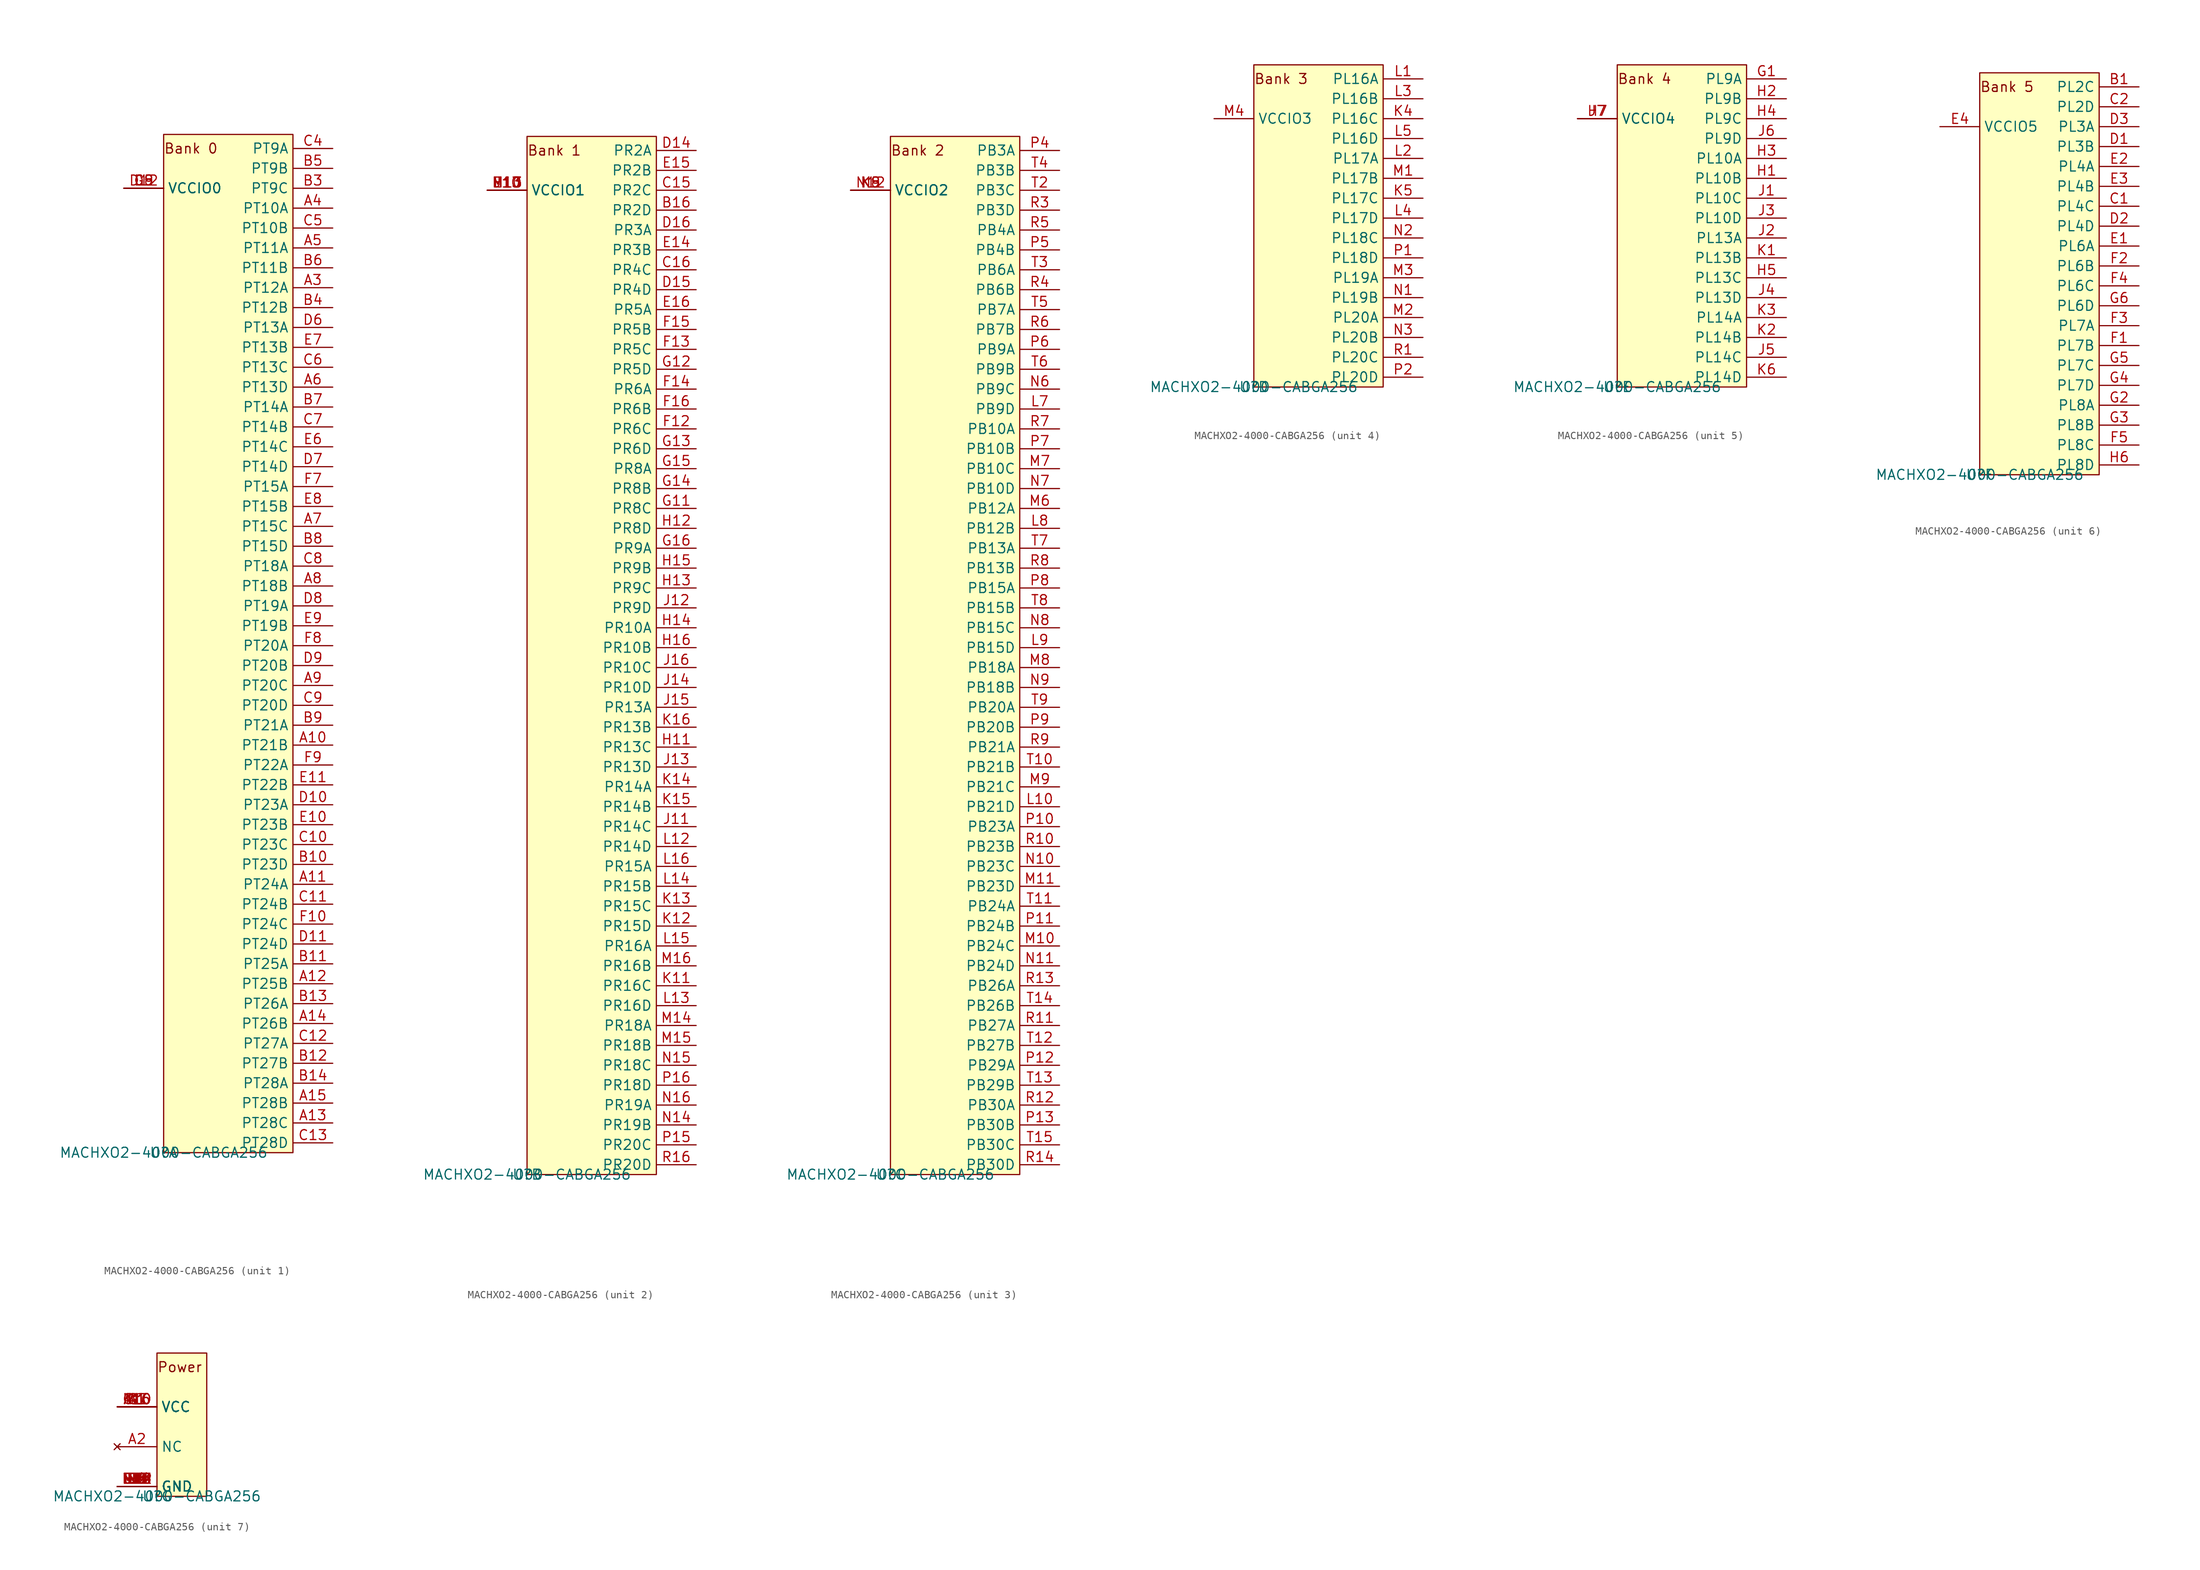
<source format=kicad_sym>
(kicad_symbol_lib
  (version 20211014)
  (generator kicad_symbol_editor)
  (symbol "MACHXO2-4000-CABGA256"
    (property "Reference" "U"
      (at 0 0 0)
      (effects (font (size 1.27 1.27))))
    (property "Value" "MACHXO2-4000-CABGA256"
      (at 0 0 0)
      (effects (font (size 1.27 1.27))))
    (property "ki_locked" ""
      (at 0 0 0)
      (effects (font (size 1.27 1.27))))
    (symbol "MACHXO2-4000-CABGA256_1_0"
      (pin power_in line (at -5.08 123.174 0) (length 5.08) (name "VCCIO0" (effects (font (size 1.27 1.27)))) (number "D12" (effects (font (size 1.27 1.27)))))
      (pin power_in line (at -5.08 123.174 0) (length 5.08) (name "VCCIO0" (effects (font (size 1.27 1.27)))) (number "D5" (effects (font (size 1.27 1.27)))))
      (pin power_in line (at -5.08 123.174 0) (length 5.08) (name "VCCIO0" (effects (font (size 1.27 1.27)))) (number "G9" (effects (font (size 1.27 1.27)))))
      (pin power_in line (at -5.08 123.174 0) (length 5.08) (name "VCCIO0" (effects (font (size 1.27 1.27)))) (number "G8" (effects (font (size 1.27 1.27)))))
      (pin bidirectional line (at 21.59 128.254 180) (length 5.08) (name "PT9A" (effects (font (size 1.27 1.27)))) (number "C4" (effects (font (size 1.27 1.27)))))
      (pin bidirectional line (at 21.59 125.714 180) (length 5.08) (name "PT9B" (effects (font (size 1.27 1.27)))) (number "B5" (effects (font (size 1.27 1.27)))))
      (pin bidirectional line (at 21.59 123.174 180) (length 5.08) (name "PT9C" (effects (font (size 1.27 1.27)))) (number "B3" (effects (font (size 1.27 1.27)))))
      (pin bidirectional line (at 21.59 120.634 180) (length 5.08) (name "PT10A" (effects (font (size 1.27 1.27)))) (number "A4" (effects (font (size 1.27 1.27)))))
      (pin bidirectional line (at 21.59 118.094 180) (length 5.08) (name "PT10B" (effects (font (size 1.27 1.27)))) (number "C5" (effects (font (size 1.27 1.27)))))
      (pin bidirectional line (at 21.59 115.554 180) (length 5.08) (name "PT11A" (effects (font (size 1.27 1.27)))) (number "A5" (effects (font (size 1.27 1.27)))))
      (pin bidirectional line (at 21.59 113.014 180) (length 5.08) (name "PT11B" (effects (font (size 1.27 1.27)))) (number "B6" (effects (font (size 1.27 1.27)))))
      (pin bidirectional line (at 21.59 110.474 180) (length 5.08) (name "PT12A" (effects (font (size 1.27 1.27)))) (number "A3" (effects (font (size 1.27 1.27)))))
      (pin bidirectional line (at 21.59 107.934 180) (length 5.08) (name "PT12B" (effects (font (size 1.27 1.27)))) (number "B4" (effects (font (size 1.27 1.27)))))
      (pin bidirectional line (at 21.59 105.394 180) (length 5.08) (name "PT13A" (effects (font (size 1.27 1.27)))) (number "D6" (effects (font (size 1.27 1.27)))))
      (pin bidirectional line (at 21.59 102.854 180) (length 5.08) (name "PT13B" (effects (font (size 1.27 1.27)))) (number "E7" (effects (font (size 1.27 1.27)))))
      (pin bidirectional line (at 21.59 100.314 180) (length 5.08) (name "PT13C" (effects (font (size 1.27 1.27)))) (number "C6" (effects (font (size 1.27 1.27)))))
      (pin bidirectional line (at 21.59 97.774 180) (length 5.08) (name "PT13D" (effects (font (size 1.27 1.27)))) (number "A6" (effects (font (size 1.27 1.27)))))
      (pin bidirectional line (at 21.59 95.234 180) (length 5.08) (name "PT14A" (effects (font (size 1.27 1.27)))) (number "B7" (effects (font (size 1.27 1.27)))))
      (pin bidirectional line (at 21.59 92.694 180) (length 5.08) (name "PT14B" (effects (font (size 1.27 1.27)))) (number "C7" (effects (font (size 1.27 1.27)))))
      (pin bidirectional line (at 21.59 90.154 180) (length 5.08) (name "PT14C" (effects (font (size 1.27 1.27)))) (number "E6" (effects (font (size 1.27 1.27)))))
      (pin bidirectional line (at 21.59 87.614 180) (length 5.08) (name "PT14D" (effects (font (size 1.27 1.27)))) (number "D7" (effects (font (size 1.27 1.27)))))
      (pin bidirectional line (at 21.59 85.074 180) (length 5.08) (name "PT15A" (effects (font (size 1.27 1.27)))) (number "F7" (effects (font (size 1.27 1.27)))))
      (pin bidirectional line (at 21.59 82.534 180) (length 5.08) (name "PT15B" (effects (font (size 1.27 1.27)))) (number "E8" (effects (font (size 1.27 1.27)))))
      (pin bidirectional line (at 21.59 79.994 180) (length 5.08) (name "PT15C" (effects (font (size 1.27 1.27)))) (number "A7" (effects (font (size 1.27 1.27)))))
      (pin bidirectional line (at 21.59 77.454 180) (length 5.08) (name "PT15D" (effects (font (size 1.27 1.27)))) (number "B8" (effects (font (size 1.27 1.27)))))
      (pin bidirectional line (at 21.59 74.914 180) (length 5.08) (name "PT18A" (effects (font (size 1.27 1.27)))) (number "C8" (effects (font (size 1.27 1.27)))))
      (pin bidirectional line (at 21.59 72.374 180) (length 5.08) (name "PT18B" (effects (font (size 1.27 1.27)))) (number "A8" (effects (font (size 1.27 1.27)))))
      (pin bidirectional line (at 21.59 69.834 180) (length 5.08) (name "PT19A" (effects (font (size 1.27 1.27)))) (number "D8" (effects (font (size 1.27 1.27)))))
      (pin bidirectional line (at 21.59 67.294 180) (length 5.08) (name "PT19B" (effects (font (size 1.27 1.27)))) (number "E9" (effects (font (size 1.27 1.27)))))
      (pin bidirectional line (at 21.59 64.754 180) (length 5.08) (name "PT20A" (effects (font (size 1.27 1.27)))) (number "F8" (effects (font (size 1.27 1.27)))))
      (pin bidirectional line (at 21.59 62.214 180) (length 5.08) (name "PT20B" (effects (font (size 1.27 1.27)))) (number "D9" (effects (font (size 1.27 1.27)))))
      (pin bidirectional line (at 21.59 59.674 180) (length 5.08) (name "PT20C" (effects (font (size 1.27 1.27)))) (number "A9" (effects (font (size 1.27 1.27)))))
      (pin bidirectional line (at 21.59 57.134 180) (length 5.08) (name "PT20D" (effects (font (size 1.27 1.27)))) (number "C9" (effects (font (size 1.27 1.27)))))
      (pin bidirectional line (at 21.59 54.594 180) (length 5.08) (name "PT21A" (effects (font (size 1.27 1.27)))) (number "B9" (effects (font (size 1.27 1.27)))))
      (pin bidirectional line (at 21.59 52.054 180) (length 5.08) (name "PT21B" (effects (font (size 1.27 1.27)))) (number "A10" (effects (font (size 1.27 1.27)))))
      (pin bidirectional line (at 21.59 49.514 180) (length 5.08) (name "PT22A" (effects (font (size 1.27 1.27)))) (number "F9" (effects (font (size 1.27 1.27)))))
      (pin bidirectional line (at 21.59 46.974 180) (length 5.08) (name "PT22B" (effects (font (size 1.27 1.27)))) (number "E11" (effects (font (size 1.27 1.27)))))
      (pin bidirectional line (at 21.59 44.434 180) (length 5.08) (name "PT23A" (effects (font (size 1.27 1.27)))) (number "D10" (effects (font (size 1.27 1.27)))))
      (pin bidirectional line (at 21.59 41.894 180) (length 5.08) (name "PT23B" (effects (font (size 1.27 1.27)))) (number "E10" (effects (font (size 1.27 1.27)))))
      (pin bidirectional line (at 21.59 39.354 180) (length 5.08) (name "PT23C" (effects (font (size 1.27 1.27)))) (number "C10" (effects (font (size 1.27 1.27)))))
      (pin bidirectional line (at 21.59 36.814 180) (length 5.08) (name "PT23D" (effects (font (size 1.27 1.27)))) (number "B10" (effects (font (size 1.27 1.27)))))
      (pin bidirectional line (at 21.59 34.274 180) (length 5.08) (name "PT24A" (effects (font (size 1.27 1.27)))) (number "A11" (effects (font (size 1.27 1.27)))))
      (pin bidirectional line (at 21.59 31.734 180) (length 5.08) (name "PT24B" (effects (font (size 1.27 1.27)))) (number "C11" (effects (font (size 1.27 1.27)))))
      (pin bidirectional line (at 21.59 29.194 180) (length 5.08) (name "PT24C" (effects (font (size 1.27 1.27)))) (number "F10" (effects (font (size 1.27 1.27)))))
      (pin bidirectional line (at 21.59 26.654 180) (length 5.08) (name "PT24D" (effects (font (size 1.27 1.27)))) (number "D11" (effects (font (size 1.27 1.27)))))
      (pin bidirectional line (at 21.59 24.114 180) (length 5.08) (name "PT25A" (effects (font (size 1.27 1.27)))) (number "B11" (effects (font (size 1.27 1.27)))))
      (pin bidirectional line (at 21.59 21.574 180) (length 5.08) (name "PT25B" (effects (font (size 1.27 1.27)))) (number "A12" (effects (font (size 1.27 1.27)))))
      (pin bidirectional line (at 21.59 19.034 180) (length 5.08) (name "PT26A" (effects (font (size 1.27 1.27)))) (number "B13" (effects (font (size 1.27 1.27)))))
      (pin bidirectional line (at 21.59 16.494 180) (length 5.08) (name "PT26B" (effects (font (size 1.27 1.27)))) (number "A14" (effects (font (size 1.27 1.27)))))
      (pin bidirectional line (at 21.59 13.954 180) (length 5.08) (name "PT27A" (effects (font (size 1.27 1.27)))) (number "C12" (effects (font (size 1.27 1.27)))))
      (pin bidirectional line (at 21.59 11.414 180) (length 5.08) (name "PT27B" (effects (font (size 1.27 1.27)))) (number "B12" (effects (font (size 1.27 1.27)))))
      (pin bidirectional line (at 21.59 8.874 180) (length 5.08) (name "PT28A" (effects (font (size 1.27 1.27)))) (number "B14" (effects (font (size 1.27 1.27)))))
      (pin bidirectional line (at 21.59 6.334 180) (length 5.08) (name "PT28B" (effects (font (size 1.27 1.27)))) (number "A15" (effects (font (size 1.27 1.27)))))
      (pin bidirectional line (at 21.59 3.794 180) (length 5.08) (name "PT28C" (effects (font (size 1.27 1.27)))) (number "A13" (effects (font (size 1.27 1.27)))))
      (pin bidirectional line (at 21.59 1.254 180) (length 5.08) (name "PT28D" (effects (font (size 1.27 1.27)))) (number "C13" (effects (font (size 1.27 1.27))))))
    (symbol "MACHXO2-4000-CABGA256_1_1"
      (rectangle (start 0 0) (end 16.51 130.048) (stroke (width 0) (type default) (color 0 0 0 0)) (fill (type background)))
      (text "Bank 0" (at 0 128.254 0) (effects (font (size 1.27 1.27)) (justify left))))
    (symbol "MACHXO2-4000-CABGA256_2_0"
      (pin power_in line (at -5.08 125.714 0) (length 5.08) (name "VCCIO1" (effects (font (size 1.27 1.27)))) (number "M13" (effects (font (size 1.27 1.27)))))
      (pin power_in line (at -5.08 125.714 0) (length 5.08) (name "VCCIO1" (effects (font (size 1.27 1.27)))) (number "J10" (effects (font (size 1.27 1.27)))))
      (pin power_in line (at -5.08 125.714 0) (length 5.08) (name "VCCIO1" (effects (font (size 1.27 1.27)))) (number "E13" (effects (font (size 1.27 1.27)))))
      (pin power_in line (at -5.08 125.714 0) (length 5.08) (name "VCCIO1" (effects (font (size 1.27 1.27)))) (number "H10" (effects (font (size 1.27 1.27)))))
      (pin bidirectional line (at 21.59 130.794 180) (length 5.08) (name "PR2A" (effects (font (size 1.27 1.27)))) (number "D14" (effects (font (size 1.27 1.27)))))
      (pin bidirectional line (at 21.59 128.254 180) (length 5.08) (name "PR2B" (effects (font (size 1.27 1.27)))) (number "E15" (effects (font (size 1.27 1.27)))))
      (pin bidirectional line (at 21.59 125.714 180) (length 5.08) (name "PR2C" (effects (font (size 1.27 1.27)))) (number "C15" (effects (font (size 1.27 1.27)))))
      (pin bidirectional line (at 21.59 123.174 180) (length 5.08) (name "PR2D" (effects (font (size 1.27 1.27)))) (number "B16" (effects (font (size 1.27 1.27)))))
      (pin bidirectional line (at 21.59 120.634 180) (length 5.08) (name "PR3A" (effects (font (size 1.27 1.27)))) (number "D16" (effects (font (size 1.27 1.27)))))
      (pin bidirectional line (at 21.59 118.094 180) (length 5.08) (name "PR3B" (effects (font (size 1.27 1.27)))) (number "E14" (effects (font (size 1.27 1.27)))))
      (pin bidirectional line (at 21.59 115.554 180) (length 5.08) (name "PR4C" (effects (font (size 1.27 1.27)))) (number "C16" (effects (font (size 1.27 1.27)))))
      (pin bidirectional line (at 21.59 113.014 180) (length 5.08) (name "PR4D" (effects (font (size 1.27 1.27)))) (number "D15" (effects (font (size 1.27 1.27)))))
      (pin bidirectional line (at 21.59 110.474 180) (length 5.08) (name "PR5A" (effects (font (size 1.27 1.27)))) (number "E16" (effects (font (size 1.27 1.27)))))
      (pin bidirectional line (at 21.59 107.934 180) (length 5.08) (name "PR5B" (effects (font (size 1.27 1.27)))) (number "F15" (effects (font (size 1.27 1.27)))))
      (pin bidirectional line (at 21.59 105.394 180) (length 5.08) (name "PR5C" (effects (font (size 1.27 1.27)))) (number "F13" (effects (font (size 1.27 1.27)))))
      (pin bidirectional line (at 21.59 102.854 180) (length 5.08) (name "PR5D" (effects (font (size 1.27 1.27)))) (number "G12" (effects (font (size 1.27 1.27)))))
      (pin bidirectional line (at 21.59 100.314 180) (length 5.08) (name "PR6A" (effects (font (size 1.27 1.27)))) (number "F14" (effects (font (size 1.27 1.27)))))
      (pin bidirectional line (at 21.59 97.774 180) (length 5.08) (name "PR6B" (effects (font (size 1.27 1.27)))) (number "F16" (effects (font (size 1.27 1.27)))))
      (pin bidirectional line (at 21.59 95.234 180) (length 5.08) (name "PR6C" (effects (font (size 1.27 1.27)))) (number "F12" (effects (font (size 1.27 1.27)))))
      (pin bidirectional line (at 21.59 92.694 180) (length 5.08) (name "PR6D" (effects (font (size 1.27 1.27)))) (number "G13" (effects (font (size 1.27 1.27)))))
      (pin bidirectional line (at 21.59 90.154 180) (length 5.08) (name "PR8A" (effects (font (size 1.27 1.27)))) (number "G15" (effects (font (size 1.27 1.27)))))
      (pin bidirectional line (at 21.59 87.614 180) (length 5.08) (name "PR8B" (effects (font (size 1.27 1.27)))) (number "G14" (effects (font (size 1.27 1.27)))))
      (pin bidirectional line (at 21.59 85.074 180) (length 5.08) (name "PR8C" (effects (font (size 1.27 1.27)))) (number "G11" (effects (font (size 1.27 1.27)))))
      (pin bidirectional line (at 21.59 82.534 180) (length 5.08) (name "PR8D" (effects (font (size 1.27 1.27)))) (number "H12" (effects (font (size 1.27 1.27)))))
      (pin bidirectional line (at 21.59 79.994 180) (length 5.08) (name "PR9A" (effects (font (size 1.27 1.27)))) (number "G16" (effects (font (size 1.27 1.27)))))
      (pin bidirectional line (at 21.59 77.454 180) (length 5.08) (name "PR9B" (effects (font (size 1.27 1.27)))) (number "H15" (effects (font (size 1.27 1.27)))))
      (pin bidirectional line (at 21.59 74.914 180) (length 5.08) (name "PR9C" (effects (font (size 1.27 1.27)))) (number "H13" (effects (font (size 1.27 1.27)))))
      (pin bidirectional line (at 21.59 72.374 180) (length 5.08) (name "PR9D" (effects (font (size 1.27 1.27)))) (number "J12" (effects (font (size 1.27 1.27)))))
      (pin bidirectional line (at 21.59 69.834 180) (length 5.08) (name "PR10A" (effects (font (size 1.27 1.27)))) (number "H14" (effects (font (size 1.27 1.27)))))
      (pin bidirectional line (at 21.59 67.294 180) (length 5.08) (name "PR10B" (effects (font (size 1.27 1.27)))) (number "H16" (effects (font (size 1.27 1.27)))))
      (pin bidirectional line (at 21.59 64.754 180) (length 5.08) (name "PR10C" (effects (font (size 1.27 1.27)))) (number "J16" (effects (font (size 1.27 1.27)))))
      (pin bidirectional line (at 21.59 62.214 180) (length 5.08) (name "PR10D" (effects (font (size 1.27 1.27)))) (number "J14" (effects (font (size 1.27 1.27)))))
      (pin bidirectional line (at 21.59 59.674 180) (length 5.08) (name "PR13A" (effects (font (size 1.27 1.27)))) (number "J15" (effects (font (size 1.27 1.27)))))
      (pin bidirectional line (at 21.59 57.134 180) (length 5.08) (name "PR13B" (effects (font (size 1.27 1.27)))) (number "K16" (effects (font (size 1.27 1.27)))))
      (pin bidirectional line (at 21.59 54.594 180) (length 5.08) (name "PR13C" (effects (font (size 1.27 1.27)))) (number "H11" (effects (font (size 1.27 1.27)))))
      (pin bidirectional line (at 21.59 52.054 180) (length 5.08) (name "PR13D" (effects (font (size 1.27 1.27)))) (number "J13" (effects (font (size 1.27 1.27)))))
      (pin bidirectional line (at 21.59 49.514 180) (length 5.08) (name "PR14A" (effects (font (size 1.27 1.27)))) (number "K14" (effects (font (size 1.27 1.27)))))
      (pin bidirectional line (at 21.59 46.974 180) (length 5.08) (name "PR14B" (effects (font (size 1.27 1.27)))) (number "K15" (effects (font (size 1.27 1.27)))))
      (pin bidirectional line (at 21.59 44.434 180) (length 5.08) (name "PR14C" (effects (font (size 1.27 1.27)))) (number "J11" (effects (font (size 1.27 1.27)))))
      (pin bidirectional line (at 21.59 41.894 180) (length 5.08) (name "PR14D" (effects (font (size 1.27 1.27)))) (number "L12" (effects (font (size 1.27 1.27)))))
      (pin bidirectional line (at 21.59 39.354 180) (length 5.08) (name "PR15A" (effects (font (size 1.27 1.27)))) (number "L16" (effects (font (size 1.27 1.27)))))
      (pin bidirectional line (at 21.59 36.814 180) (length 5.08) (name "PR15B" (effects (font (size 1.27 1.27)))) (number "L14" (effects (font (size 1.27 1.27)))))
      (pin bidirectional line (at 21.59 34.274 180) (length 5.08) (name "PR15C" (effects (font (size 1.27 1.27)))) (number "K13" (effects (font (size 1.27 1.27)))))
      (pin bidirectional line (at 21.59 31.734 180) (length 5.08) (name "PR15D" (effects (font (size 1.27 1.27)))) (number "K12" (effects (font (size 1.27 1.27)))))
      (pin bidirectional line (at 21.59 29.194 180) (length 5.08) (name "PR16A" (effects (font (size 1.27 1.27)))) (number "L15" (effects (font (size 1.27 1.27)))))
      (pin bidirectional line (at 21.59 26.654 180) (length 5.08) (name "PR16B" (effects (font (size 1.27 1.27)))) (number "M16" (effects (font (size 1.27 1.27)))))
      (pin bidirectional line (at 21.59 24.114 180) (length 5.08) (name "PR16C" (effects (font (size 1.27 1.27)))) (number "K11" (effects (font (size 1.27 1.27)))))
      (pin bidirectional line (at 21.59 21.574 180) (length 5.08) (name "PR16D" (effects (font (size 1.27 1.27)))) (number "L13" (effects (font (size 1.27 1.27)))))
      (pin bidirectional line (at 21.59 19.034 180) (length 5.08) (name "PR18A" (effects (font (size 1.27 1.27)))) (number "M14" (effects (font (size 1.27 1.27)))))
      (pin bidirectional line (at 21.59 16.494 180) (length 5.08) (name "PR18B" (effects (font (size 1.27 1.27)))) (number "M15" (effects (font (size 1.27 1.27)))))
      (pin bidirectional line (at 21.59 13.954 180) (length 5.08) (name "PR18C" (effects (font (size 1.27 1.27)))) (number "N15" (effects (font (size 1.27 1.27)))))
      (pin bidirectional line (at 21.59 11.414 180) (length 5.08) (name "PR18D" (effects (font (size 1.27 1.27)))) (number "P16" (effects (font (size 1.27 1.27)))))
      (pin bidirectional line (at 21.59 8.874 180) (length 5.08) (name "PR19A" (effects (font (size 1.27 1.27)))) (number "N16" (effects (font (size 1.27 1.27)))))
      (pin bidirectional line (at 21.59 6.334 180) (length 5.08) (name "PR19B" (effects (font (size 1.27 1.27)))) (number "N14" (effects (font (size 1.27 1.27)))))
      (pin bidirectional line (at 21.59 3.794 180) (length 5.08) (name "PR20C" (effects (font (size 1.27 1.27)))) (number "P15" (effects (font (size 1.27 1.27)))))
      (pin bidirectional line (at 21.59 1.254 180) (length 5.08) (name "PR20D" (effects (font (size 1.27 1.27)))) (number "R16" (effects (font (size 1.27 1.27))))))
    (symbol "MACHXO2-4000-CABGA256_2_1"
      (rectangle (start 0 0) (end 16.51 132.588) (stroke (width 0) (type default) (color 0 0 0 0)) (fill (type background)))
      (text "Bank 1" (at 0 130.794 0) (effects (font (size 1.27 1.27)) (justify left))))
    (symbol "MACHXO2-4000-CABGA256_3_0"
      (pin power_in line (at -5.08 125.714 0) (length 5.08) (name "VCCIO2" (effects (font (size 1.27 1.27)))) (number "N5" (effects (font (size 1.27 1.27)))))
      (pin power_in line (at -5.08 125.714 0) (length 5.08) (name "VCCIO2" (effects (font (size 1.27 1.27)))) (number "K9" (effects (font (size 1.27 1.27)))))
      (pin power_in line (at -5.08 125.714 0) (length 5.08) (name "VCCIO2" (effects (font (size 1.27 1.27)))) (number "N12" (effects (font (size 1.27 1.27)))))
      (pin power_in line (at -5.08 125.714 0) (length 5.08) (name "VCCIO2" (effects (font (size 1.27 1.27)))) (number "K8" (effects (font (size 1.27 1.27)))))
      (pin bidirectional line (at 21.59 130.794 180) (length 5.08) (name "PB3A" (effects (font (size 1.27 1.27)))) (number "P4" (effects (font (size 1.27 1.27)))))
      (pin bidirectional line (at 21.59 128.254 180) (length 5.08) (name "PB3B" (effects (font (size 1.27 1.27)))) (number "T4" (effects (font (size 1.27 1.27)))))
      (pin bidirectional line (at 21.59 125.714 180) (length 5.08) (name "PB3C" (effects (font (size 1.27 1.27)))) (number "T2" (effects (font (size 1.27 1.27)))))
      (pin bidirectional line (at 21.59 123.174 180) (length 5.08) (name "PB3D" (effects (font (size 1.27 1.27)))) (number "R3" (effects (font (size 1.27 1.27)))))
      (pin bidirectional line (at 21.59 120.634 180) (length 5.08) (name "PB4A" (effects (font (size 1.27 1.27)))) (number "R5" (effects (font (size 1.27 1.27)))))
      (pin bidirectional line (at 21.59 118.094 180) (length 5.08) (name "PB4B" (effects (font (size 1.27 1.27)))) (number "P5" (effects (font (size 1.27 1.27)))))
      (pin bidirectional line (at 21.59 115.554 180) (length 5.08) (name "PB6A" (effects (font (size 1.27 1.27)))) (number "T3" (effects (font (size 1.27 1.27)))))
      (pin bidirectional line (at 21.59 113.014 180) (length 5.08) (name "PB6B" (effects (font (size 1.27 1.27)))) (number "R4" (effects (font (size 1.27 1.27)))))
      (pin bidirectional line (at 21.59 110.474 180) (length 5.08) (name "PB7A" (effects (font (size 1.27 1.27)))) (number "T5" (effects (font (size 1.27 1.27)))))
      (pin bidirectional line (at 21.59 107.934 180) (length 5.08) (name "PB7B" (effects (font (size 1.27 1.27)))) (number "R6" (effects (font (size 1.27 1.27)))))
      (pin bidirectional line (at 21.59 105.394 180) (length 5.08) (name "PB9A" (effects (font (size 1.27 1.27)))) (number "P6" (effects (font (size 1.27 1.27)))))
      (pin bidirectional line (at 21.59 102.854 180) (length 5.08) (name "PB9B" (effects (font (size 1.27 1.27)))) (number "T6" (effects (font (size 1.27 1.27)))))
      (pin bidirectional line (at 21.59 100.314 180) (length 5.08) (name "PB9C" (effects (font (size 1.27 1.27)))) (number "N6" (effects (font (size 1.27 1.27)))))
      (pin bidirectional line (at 21.59 97.774 180) (length 5.08) (name "PB9D" (effects (font (size 1.27 1.27)))) (number "L7" (effects (font (size 1.27 1.27)))))
      (pin bidirectional line (at 21.59 95.234 180) (length 5.08) (name "PB10A" (effects (font (size 1.27 1.27)))) (number "R7" (effects (font (size 1.27 1.27)))))
      (pin bidirectional line (at 21.59 92.694 180) (length 5.08) (name "PB10B" (effects (font (size 1.27 1.27)))) (number "P7" (effects (font (size 1.27 1.27)))))
      (pin bidirectional line (at 21.59 90.154 180) (length 5.08) (name "PB10C" (effects (font (size 1.27 1.27)))) (number "M7" (effects (font (size 1.27 1.27)))))
      (pin bidirectional line (at 21.59 87.614 180) (length 5.08) (name "PB10D" (effects (font (size 1.27 1.27)))) (number "N7" (effects (font (size 1.27 1.27)))))
      (pin bidirectional line (at 21.59 85.074 180) (length 5.08) (name "PB12A" (effects (font (size 1.27 1.27)))) (number "M6" (effects (font (size 1.27 1.27)))))
      (pin bidirectional line (at 21.59 82.534 180) (length 5.08) (name "PB12B" (effects (font (size 1.27 1.27)))) (number "L8" (effects (font (size 1.27 1.27)))))
      (pin bidirectional line (at 21.59 79.994 180) (length 5.08) (name "PB13A" (effects (font (size 1.27 1.27)))) (number "T7" (effects (font (size 1.27 1.27)))))
      (pin bidirectional line (at 21.59 77.454 180) (length 5.08) (name "PB13B" (effects (font (size 1.27 1.27)))) (number "R8" (effects (font (size 1.27 1.27)))))
      (pin bidirectional line (at 21.59 74.914 180) (length 5.08) (name "PB15A" (effects (font (size 1.27 1.27)))) (number "P8" (effects (font (size 1.27 1.27)))))
      (pin bidirectional line (at 21.59 72.374 180) (length 5.08) (name "PB15B" (effects (font (size 1.27 1.27)))) (number "T8" (effects (font (size 1.27 1.27)))))
      (pin bidirectional line (at 21.59 69.834 180) (length 5.08) (name "PB15C" (effects (font (size 1.27 1.27)))) (number "N8" (effects (font (size 1.27 1.27)))))
      (pin bidirectional line (at 21.59 67.294 180) (length 5.08) (name "PB15D" (effects (font (size 1.27 1.27)))) (number "L9" (effects (font (size 1.27 1.27)))))
      (pin bidirectional line (at 21.59 64.754 180) (length 5.08) (name "PB18A" (effects (font (size 1.27 1.27)))) (number "M8" (effects (font (size 1.27 1.27)))))
      (pin bidirectional line (at 21.59 62.214 180) (length 5.08) (name "PB18B" (effects (font (size 1.27 1.27)))) (number "N9" (effects (font (size 1.27 1.27)))))
      (pin bidirectional line (at 21.59 59.674 180) (length 5.08) (name "PB20A" (effects (font (size 1.27 1.27)))) (number "T9" (effects (font (size 1.27 1.27)))))
      (pin bidirectional line (at 21.59 57.134 180) (length 5.08) (name "PB20B" (effects (font (size 1.27 1.27)))) (number "P9" (effects (font (size 1.27 1.27)))))
      (pin bidirectional line (at 21.59 54.594 180) (length 5.08) (name "PB21A" (effects (font (size 1.27 1.27)))) (number "R9" (effects (font (size 1.27 1.27)))))
      (pin bidirectional line (at 21.59 52.054 180) (length 5.08) (name "PB21B" (effects (font (size 1.27 1.27)))) (number "T10" (effects (font (size 1.27 1.27)))))
      (pin bidirectional line (at 21.59 49.514 180) (length 5.08) (name "PB21C" (effects (font (size 1.27 1.27)))) (number "M9" (effects (font (size 1.27 1.27)))))
      (pin bidirectional line (at 21.59 46.974 180) (length 5.08) (name "PB21D" (effects (font (size 1.27 1.27)))) (number "L10" (effects (font (size 1.27 1.27)))))
      (pin bidirectional line (at 21.59 44.434 180) (length 5.08) (name "PB23A" (effects (font (size 1.27 1.27)))) (number "P10" (effects (font (size 1.27 1.27)))))
      (pin bidirectional line (at 21.59 41.894 180) (length 5.08) (name "PB23B" (effects (font (size 1.27 1.27)))) (number "R10" (effects (font (size 1.27 1.27)))))
      (pin bidirectional line (at 21.59 39.354 180) (length 5.08) (name "PB23C" (effects (font (size 1.27 1.27)))) (number "N10" (effects (font (size 1.27 1.27)))))
      (pin bidirectional line (at 21.59 36.814 180) (length 5.08) (name "PB23D" (effects (font (size 1.27 1.27)))) (number "M11" (effects (font (size 1.27 1.27)))))
      (pin bidirectional line (at 21.59 34.274 180) (length 5.08) (name "PB24A" (effects (font (size 1.27 1.27)))) (number "T11" (effects (font (size 1.27 1.27)))))
      (pin bidirectional line (at 21.59 31.734 180) (length 5.08) (name "PB24B" (effects (font (size 1.27 1.27)))) (number "P11" (effects (font (size 1.27 1.27)))))
      (pin bidirectional line (at 21.59 29.194 180) (length 5.08) (name "PB24C" (effects (font (size 1.27 1.27)))) (number "M10" (effects (font (size 1.27 1.27)))))
      (pin bidirectional line (at 21.59 26.654 180) (length 5.08) (name "PB24D" (effects (font (size 1.27 1.27)))) (number "N11" (effects (font (size 1.27 1.27)))))
      (pin bidirectional line (at 21.59 24.114 180) (length 5.08) (name "PB26A" (effects (font (size 1.27 1.27)))) (number "R13" (effects (font (size 1.27 1.27)))))
      (pin bidirectional line (at 21.59 21.574 180) (length 5.08) (name "PB26B" (effects (font (size 1.27 1.27)))) (number "T14" (effects (font (size 1.27 1.27)))))
      (pin bidirectional line (at 21.59 19.034 180) (length 5.08) (name "PB27A" (effects (font (size 1.27 1.27)))) (number "R11" (effects (font (size 1.27 1.27)))))
      (pin bidirectional line (at 21.59 16.494 180) (length 5.08) (name "PB27B" (effects (font (size 1.27 1.27)))) (number "T12" (effects (font (size 1.27 1.27)))))
      (pin bidirectional line (at 21.59 13.954 180) (length 5.08) (name "PB29A" (effects (font (size 1.27 1.27)))) (number "P12" (effects (font (size 1.27 1.27)))))
      (pin bidirectional line (at 21.59 11.414 180) (length 5.08) (name "PB29B" (effects (font (size 1.27 1.27)))) (number "T13" (effects (font (size 1.27 1.27)))))
      (pin bidirectional line (at 21.59 8.874 180) (length 5.08) (name "PB30A" (effects (font (size 1.27 1.27)))) (number "R12" (effects (font (size 1.27 1.27)))))
      (pin bidirectional line (at 21.59 6.334 180) (length 5.08) (name "PB30B" (effects (font (size 1.27 1.27)))) (number "P13" (effects (font (size 1.27 1.27)))))
      (pin bidirectional line (at 21.59 3.794 180) (length 5.08) (name "PB30C" (effects (font (size 1.27 1.27)))) (number "T15" (effects (font (size 1.27 1.27)))))
      (pin bidirectional line (at 21.59 1.254 180) (length 5.08) (name "PB30D" (effects (font (size 1.27 1.27)))) (number "R14" (effects (font (size 1.27 1.27))))))
    (symbol "MACHXO2-4000-CABGA256_3_1"
      (rectangle (start 0 0) (end 16.51 132.588) (stroke (width 0) (type default) (color 0 0 0 0)) (fill (type background)))
      (text "Bank 2" (at 0 130.794 0) (effects (font (size 1.27 1.27)) (justify left))))
    (symbol "MACHXO2-4000-CABGA256_4_0"
      (pin power_in line (at -5.08 34.274 0) (length 5.08) (name "VCCIO3" (effects (font (size 1.27 1.27)))) (number "M4" (effects (font (size 1.27 1.27)))))
      (pin bidirectional line (at 21.59 39.354 180) (length 5.08) (name "PL16A" (effects (font (size 1.27 1.27)))) (number "L1" (effects (font (size 1.27 1.27)))))
      (pin bidirectional line (at 21.59 36.814 180) (length 5.08) (name "PL16B" (effects (font (size 1.27 1.27)))) (number "L3" (effects (font (size 1.27 1.27)))))
      (pin bidirectional line (at 21.59 34.274 180) (length 5.08) (name "PL16C" (effects (font (size 1.27 1.27)))) (number "K4" (effects (font (size 1.27 1.27)))))
      (pin bidirectional line (at 21.59 31.734 180) (length 5.08) (name "PL16D" (effects (font (size 1.27 1.27)))) (number "L5" (effects (font (size 1.27 1.27)))))
      (pin bidirectional line (at 21.59 29.194 180) (length 5.08) (name "PL17A" (effects (font (size 1.27 1.27)))) (number "L2" (effects (font (size 1.27 1.27)))))
      (pin bidirectional line (at 21.59 26.654 180) (length 5.08) (name "PL17B" (effects (font (size 1.27 1.27)))) (number "M1" (effects (font (size 1.27 1.27)))))
      (pin bidirectional line (at 21.59 24.114 180) (length 5.08) (name "PL17C" (effects (font (size 1.27 1.27)))) (number "K5" (effects (font (size 1.27 1.27)))))
      (pin bidirectional line (at 21.59 21.574 180) (length 5.08) (name "PL17D" (effects (font (size 1.27 1.27)))) (number "L4" (effects (font (size 1.27 1.27)))))
      (pin bidirectional line (at 21.59 19.034 180) (length 5.08) (name "PL18C" (effects (font (size 1.27 1.27)))) (number "N2" (effects (font (size 1.27 1.27)))))
      (pin bidirectional line (at 21.59 16.494 180) (length 5.08) (name "PL18D" (effects (font (size 1.27 1.27)))) (number "P1" (effects (font (size 1.27 1.27)))))
      (pin bidirectional line (at 21.59 13.954 180) (length 5.08) (name "PL19A" (effects (font (size 1.27 1.27)))) (number "M3" (effects (font (size 1.27 1.27)))))
      (pin bidirectional line (at 21.59 11.414 180) (length 5.08) (name "PL19B" (effects (font (size 1.27 1.27)))) (number "N1" (effects (font (size 1.27 1.27)))))
      (pin bidirectional line (at 21.59 8.874 180) (length 5.08) (name "PL20A" (effects (font (size 1.27 1.27)))) (number "M2" (effects (font (size 1.27 1.27)))))
      (pin bidirectional line (at 21.59 6.334 180) (length 5.08) (name "PL20B" (effects (font (size 1.27 1.27)))) (number "N3" (effects (font (size 1.27 1.27)))))
      (pin bidirectional line (at 21.59 3.794 180) (length 5.08) (name "PL20C" (effects (font (size 1.27 1.27)))) (number "R1" (effects (font (size 1.27 1.27)))))
      (pin bidirectional line (at 21.59 1.254 180) (length 5.08) (name "PL20D" (effects (font (size 1.27 1.27)))) (number "P2" (effects (font (size 1.27 1.27))))))
    (symbol "MACHXO2-4000-CABGA256_4_1"
      (rectangle (start 0 0) (end 16.51 41.148) (stroke (width 0) (type default) (color 0 0 0 0)) (fill (type background)))
      (text "Bank 3" (at 0 39.354 0) (effects (font (size 1.27 1.27)) (justify left))))
    (symbol "MACHXO2-4000-CABGA256_5_0"
      (pin power_in line (at -5.08 34.274 0) (length 5.08) (name "VCCIO4" (effects (font (size 1.27 1.27)))) (number "H7" (effects (font (size 1.27 1.27)))))
      (pin power_in line (at -5.08 34.274 0) (length 5.08) (name "VCCIO4" (effects (font (size 1.27 1.27)))) (number "J7" (effects (font (size 1.27 1.27)))))
      (pin bidirectional line (at 21.59 39.354 180) (length 5.08) (name "PL9A" (effects (font (size 1.27 1.27)))) (number "G1" (effects (font (size 1.27 1.27)))))
      (pin bidirectional line (at 21.59 36.814 180) (length 5.08) (name "PL9B" (effects (font (size 1.27 1.27)))) (number "H2" (effects (font (size 1.27 1.27)))))
      (pin bidirectional line (at 21.59 34.274 180) (length 5.08) (name "PL9C" (effects (font (size 1.27 1.27)))) (number "H4" (effects (font (size 1.27 1.27)))))
      (pin bidirectional line (at 21.59 31.734 180) (length 5.08) (name "PL9D" (effects (font (size 1.27 1.27)))) (number "J6" (effects (font (size 1.27 1.27)))))
      (pin bidirectional line (at 21.59 29.194 180) (length 5.08) (name "PL10A" (effects (font (size 1.27 1.27)))) (number "H3" (effects (font (size 1.27 1.27)))))
      (pin bidirectional line (at 21.59 26.654 180) (length 5.08) (name "PL10B" (effects (font (size 1.27 1.27)))) (number "H1" (effects (font (size 1.27 1.27)))))
      (pin bidirectional line (at 21.59 24.114 180) (length 5.08) (name "PL10C" (effects (font (size 1.27 1.27)))) (number "J1" (effects (font (size 1.27 1.27)))))
      (pin bidirectional line (at 21.59 21.574 180) (length 5.08) (name "PL10D" (effects (font (size 1.27 1.27)))) (number "J3" (effects (font (size 1.27 1.27)))))
      (pin bidirectional line (at 21.59 19.034 180) (length 5.08) (name "PL13A" (effects (font (size 1.27 1.27)))) (number "J2" (effects (font (size 1.27 1.27)))))
      (pin bidirectional line (at 21.59 16.494 180) (length 5.08) (name "PL13B" (effects (font (size 1.27 1.27)))) (number "K1" (effects (font (size 1.27 1.27)))))
      (pin bidirectional line (at 21.59 13.954 180) (length 5.08) (name "PL13C" (effects (font (size 1.27 1.27)))) (number "H5" (effects (font (size 1.27 1.27)))))
      (pin bidirectional line (at 21.59 11.414 180) (length 5.08) (name "PL13D" (effects (font (size 1.27 1.27)))) (number "J4" (effects (font (size 1.27 1.27)))))
      (pin bidirectional line (at 21.59 8.874 180) (length 5.08) (name "PL14A" (effects (font (size 1.27 1.27)))) (number "K3" (effects (font (size 1.27 1.27)))))
      (pin bidirectional line (at 21.59 6.334 180) (length 5.08) (name "PL14B" (effects (font (size 1.27 1.27)))) (number "K2" (effects (font (size 1.27 1.27)))))
      (pin bidirectional line (at 21.59 3.794 180) (length 5.08) (name "PL14C" (effects (font (size 1.27 1.27)))) (number "J5" (effects (font (size 1.27 1.27)))))
      (pin bidirectional line (at 21.59 1.254 180) (length 5.08) (name "PL14D" (effects (font (size 1.27 1.27)))) (number "K6" (effects (font (size 1.27 1.27))))))
    (symbol "MACHXO2-4000-CABGA256_5_1"
      (rectangle (start 0 0) (end 16.51 41.148) (stroke (width 0) (type default) (color 0 0 0 0)) (fill (type background)))
      (text "Bank 4" (at 0 39.354 0) (effects (font (size 1.27 1.27)) (justify left))))
    (symbol "MACHXO2-4000-CABGA256_6_0"
      (pin power_in line (at -5.08 44.434 0) (length 5.08) (name "VCCIO5" (effects (font (size 1.27 1.27)))) (number "E4" (effects (font (size 1.27 1.27)))))
      (pin bidirectional line (at 20.32 49.514 180) (length 5.08) (name "PL2C" (effects (font (size 1.27 1.27)))) (number "B1" (effects (font (size 1.27 1.27)))))
      (pin bidirectional line (at 20.32 46.974 180) (length 5.08) (name "PL2D" (effects (font (size 1.27 1.27)))) (number "C2" (effects (font (size 1.27 1.27)))))
      (pin bidirectional line (at 20.32 44.434 180) (length 5.08) (name "PL3A" (effects (font (size 1.27 1.27)))) (number "D3" (effects (font (size 1.27 1.27)))))
      (pin bidirectional line (at 20.32 41.894 180) (length 5.08) (name "PL3B" (effects (font (size 1.27 1.27)))) (number "D1" (effects (font (size 1.27 1.27)))))
      (pin bidirectional line (at 20.32 39.354 180) (length 5.08) (name "PL4A" (effects (font (size 1.27 1.27)))) (number "E2" (effects (font (size 1.27 1.27)))))
      (pin bidirectional line (at 20.32 36.814 180) (length 5.08) (name "PL4B" (effects (font (size 1.27 1.27)))) (number "E3" (effects (font (size 1.27 1.27)))))
      (pin bidirectional line (at 20.32 34.274 180) (length 5.08) (name "PL4C" (effects (font (size 1.27 1.27)))) (number "C1" (effects (font (size 1.27 1.27)))))
      (pin bidirectional line (at 20.32 31.734 180) (length 5.08) (name "PL4D" (effects (font (size 1.27 1.27)))) (number "D2" (effects (font (size 1.27 1.27)))))
      (pin bidirectional line (at 20.32 29.194 180) (length 5.08) (name "PL6A" (effects (font (size 1.27 1.27)))) (number "E1" (effects (font (size 1.27 1.27)))))
      (pin bidirectional line (at 20.32 26.654 180) (length 5.08) (name "PL6B" (effects (font (size 1.27 1.27)))) (number "F2" (effects (font (size 1.27 1.27)))))
      (pin bidirectional line (at 20.32 24.114 180) (length 5.08) (name "PL6C" (effects (font (size 1.27 1.27)))) (number "F4" (effects (font (size 1.27 1.27)))))
      (pin bidirectional line (at 20.32 21.574 180) (length 5.08) (name "PL6D" (effects (font (size 1.27 1.27)))) (number "G6" (effects (font (size 1.27 1.27)))))
      (pin bidirectional line (at 20.32 19.034 180) (length 5.08) (name "PL7A" (effects (font (size 1.27 1.27)))) (number "F3" (effects (font (size 1.27 1.27)))))
      (pin bidirectional line (at 20.32 16.494 180) (length 5.08) (name "PL7B" (effects (font (size 1.27 1.27)))) (number "F1" (effects (font (size 1.27 1.27)))))
      (pin bidirectional line (at 20.32 13.954 180) (length 5.08) (name "PL7C" (effects (font (size 1.27 1.27)))) (number "G5" (effects (font (size 1.27 1.27)))))
      (pin bidirectional line (at 20.32 11.414 180) (length 5.08) (name "PL7D" (effects (font (size 1.27 1.27)))) (number "G4" (effects (font (size 1.27 1.27)))))
      (pin bidirectional line (at 20.32 8.874 180) (length 5.08) (name "PL8A" (effects (font (size 1.27 1.27)))) (number "G2" (effects (font (size 1.27 1.27)))))
      (pin bidirectional line (at 20.32 6.334 180) (length 5.08) (name "PL8B" (effects (font (size 1.27 1.27)))) (number "G3" (effects (font (size 1.27 1.27)))))
      (pin bidirectional line (at 20.32 3.794 180) (length 5.08) (name "PL8C" (effects (font (size 1.27 1.27)))) (number "F5" (effects (font (size 1.27 1.27)))))
      (pin bidirectional line (at 20.32 1.254 180) (length 5.08) (name "PL8D" (effects (font (size 1.27 1.27)))) (number "H6" (effects (font (size 1.27 1.27))))))
    (symbol "MACHXO2-4000-CABGA256_6_1"
      (rectangle (start 0 0) (end 15.24 51.308) (stroke (width 0) (type default) (color 0 0 0 0)) (fill (type background)))
      (text "Bank 5" (at 0 49.514 0) (effects (font (size 1.27 1.27)) (justify left))))
    (symbol "MACHXO2-4000-CABGA256_7_0"
      (pin power_in line (at -5.08 11.414 0) (length 5.08) (name "VCC" (effects (font (size 1.27 1.27)))) (number "A1" (effects (font (size 1.27 1.27)))))
      (pin power_in line (at -5.08 11.414 0) (length 5.08) (name "VCC" (effects (font (size 1.27 1.27)))) (number "A16" (effects (font (size 1.27 1.27)))))
      (pin power_in line (at -5.08 11.414 0) (length 5.08) (name "VCC" (effects (font (size 1.27 1.27)))) (number "G10" (effects (font (size 1.27 1.27)))))
      (pin power_in line (at -5.08 11.414 0) (length 5.08) (name "VCC" (effects (font (size 1.27 1.27)))) (number "G7" (effects (font (size 1.27 1.27)))))
      (pin power_in line (at -5.08 11.414 0) (length 5.08) (name "VCC" (effects (font (size 1.27 1.27)))) (number "K10" (effects (font (size 1.27 1.27)))))
      (pin power_in line (at -5.08 11.414 0) (length 5.08) (name "VCC" (effects (font (size 1.27 1.27)))) (number "K7" (effects (font (size 1.27 1.27)))))
      (pin power_in line (at -5.08 11.414 0) (length 5.08) (name "VCC" (effects (font (size 1.27 1.27)))) (number "T1" (effects (font (size 1.27 1.27)))))
      (pin power_in line (at -5.08 11.414 0) (length 5.08) (name "VCC" (effects (font (size 1.27 1.27)))) (number "T16" (effects (font (size 1.27 1.27)))))
      (pin no_connect line (at -5.08 6.334 0) (length 5.08) (name "NC" (effects (font (size 1.27 1.27)))) (number "A2" (effects (font (size 1.27 1.27)))))
      (pin power_in line (at -5.08 1.254 0) (length 5.08) (name "GND" (effects (font (size 1.27 1.27)))) (number "M12" (effects (font (size 1.27 1.27)))))
      (pin power_in line (at -5.08 1.254 0) (length 5.08) (name "GND" (effects (font (size 1.27 1.27)))) (number "M5" (effects (font (size 1.27 1.27)))))
      (pin power_in line (at -5.08 1.254 0) (length 5.08) (name "GND" (effects (font (size 1.27 1.27)))) (number "N13" (effects (font (size 1.27 1.27)))))
      (pin power_in line (at -5.08 1.254 0) (length 5.08) (name "GND" (effects (font (size 1.27 1.27)))) (number "N4" (effects (font (size 1.27 1.27)))))
      (pin power_in line (at -5.08 1.254 0) (length 5.08) (name "GND" (effects (font (size 1.27 1.27)))) (number "P14" (effects (font (size 1.27 1.27)))))
      (pin power_in line (at -5.08 1.254 0) (length 5.08) (name "GND" (effects (font (size 1.27 1.27)))) (number "P3" (effects (font (size 1.27 1.27)))))
      (pin power_in line (at -5.08 1.254 0) (length 5.08) (name "GND" (effects (font (size 1.27 1.27)))) (number "R15" (effects (font (size 1.27 1.27)))))
      (pin power_in line (at -5.08 1.254 0) (length 5.08) (name "GND" (effects (font (size 1.27 1.27)))) (number "R2" (effects (font (size 1.27 1.27)))))
      (pin power_in line (at -5.08 1.254 0) (length 5.08) (name "GND" (effects (font (size 1.27 1.27)))) (number "B2" (effects (font (size 1.27 1.27)))))
      (pin power_in line (at -5.08 1.254 0) (length 5.08) (name "GND" (effects (font (size 1.27 1.27)))) (number "B15" (effects (font (size 1.27 1.27)))))
      (pin power_in line (at -5.08 1.254 0) (length 5.08) (name "GND" (effects (font (size 1.27 1.27)))) (number "C3" (effects (font (size 1.27 1.27)))))
      (pin power_in line (at -5.08 1.254 0) (length 5.08) (name "GND" (effects (font (size 1.27 1.27)))) (number "C14" (effects (font (size 1.27 1.27)))))
      (pin power_in line (at -5.08 1.254 0) (length 5.08) (name "GND" (effects (font (size 1.27 1.27)))) (number "D4" (effects (font (size 1.27 1.27)))))
      (pin power_in line (at -5.08 1.254 0) (length 5.08) (name "GND" (effects (font (size 1.27 1.27)))) (number "D13" (effects (font (size 1.27 1.27)))))
      (pin power_in line (at -5.08 1.254 0) (length 5.08) (name "GND" (effects (font (size 1.27 1.27)))) (number "E5" (effects (font (size 1.27 1.27)))))
      (pin power_in line (at -5.08 1.254 0) (length 5.08) (name "GND" (effects (font (size 1.27 1.27)))) (number "E12" (effects (font (size 1.27 1.27)))))
      (pin power_in line (at -5.08 1.254 0) (length 5.08) (name "GND" (effects (font (size 1.27 1.27)))) (number "F6" (effects (font (size 1.27 1.27)))))
      (pin power_in line (at -5.08 1.254 0) (length 5.08) (name "GND" (effects (font (size 1.27 1.27)))) (number "F11" (effects (font (size 1.27 1.27)))))
      (pin power_in line (at -5.08 1.254 0) (length 5.08) (name "GND" (effects (font (size 1.27 1.27)))) (number "H8" (effects (font (size 1.27 1.27)))))
      (pin power_in line (at -5.08 1.254 0) (length 5.08) (name "GND" (effects (font (size 1.27 1.27)))) (number "H9" (effects (font (size 1.27 1.27)))))
      (pin power_in line (at -5.08 1.254 0) (length 5.08) (name "GND" (effects (font (size 1.27 1.27)))) (number "J8" (effects (font (size 1.27 1.27)))))
      (pin power_in line (at -5.08 1.254 0) (length 5.08) (name "GND" (effects (font (size 1.27 1.27)))) (number "J9" (effects (font (size 1.27 1.27)))))
      (pin power_in line (at -5.08 1.254 0) (length 5.08) (name "GND" (effects (font (size 1.27 1.27)))) (number "L6" (effects (font (size 1.27 1.27)))))
      (pin power_in line (at -5.08 1.254 0) (length 5.08) (name "GND" (effects (font (size 1.27 1.27)))) (number "L11" (effects (font (size 1.27 1.27))))))
    (symbol "MACHXO2-4000-CABGA256_7_1"
      (rectangle (start 0 0) (end 6.35 18.288) (stroke (width 0) (type default) (color 0 0 0 0)) (fill (type background)))
      (text "Power" (at 0 16.494 0) (effects (font (size 1.27 1.27)) (justify left))))))
</source>
